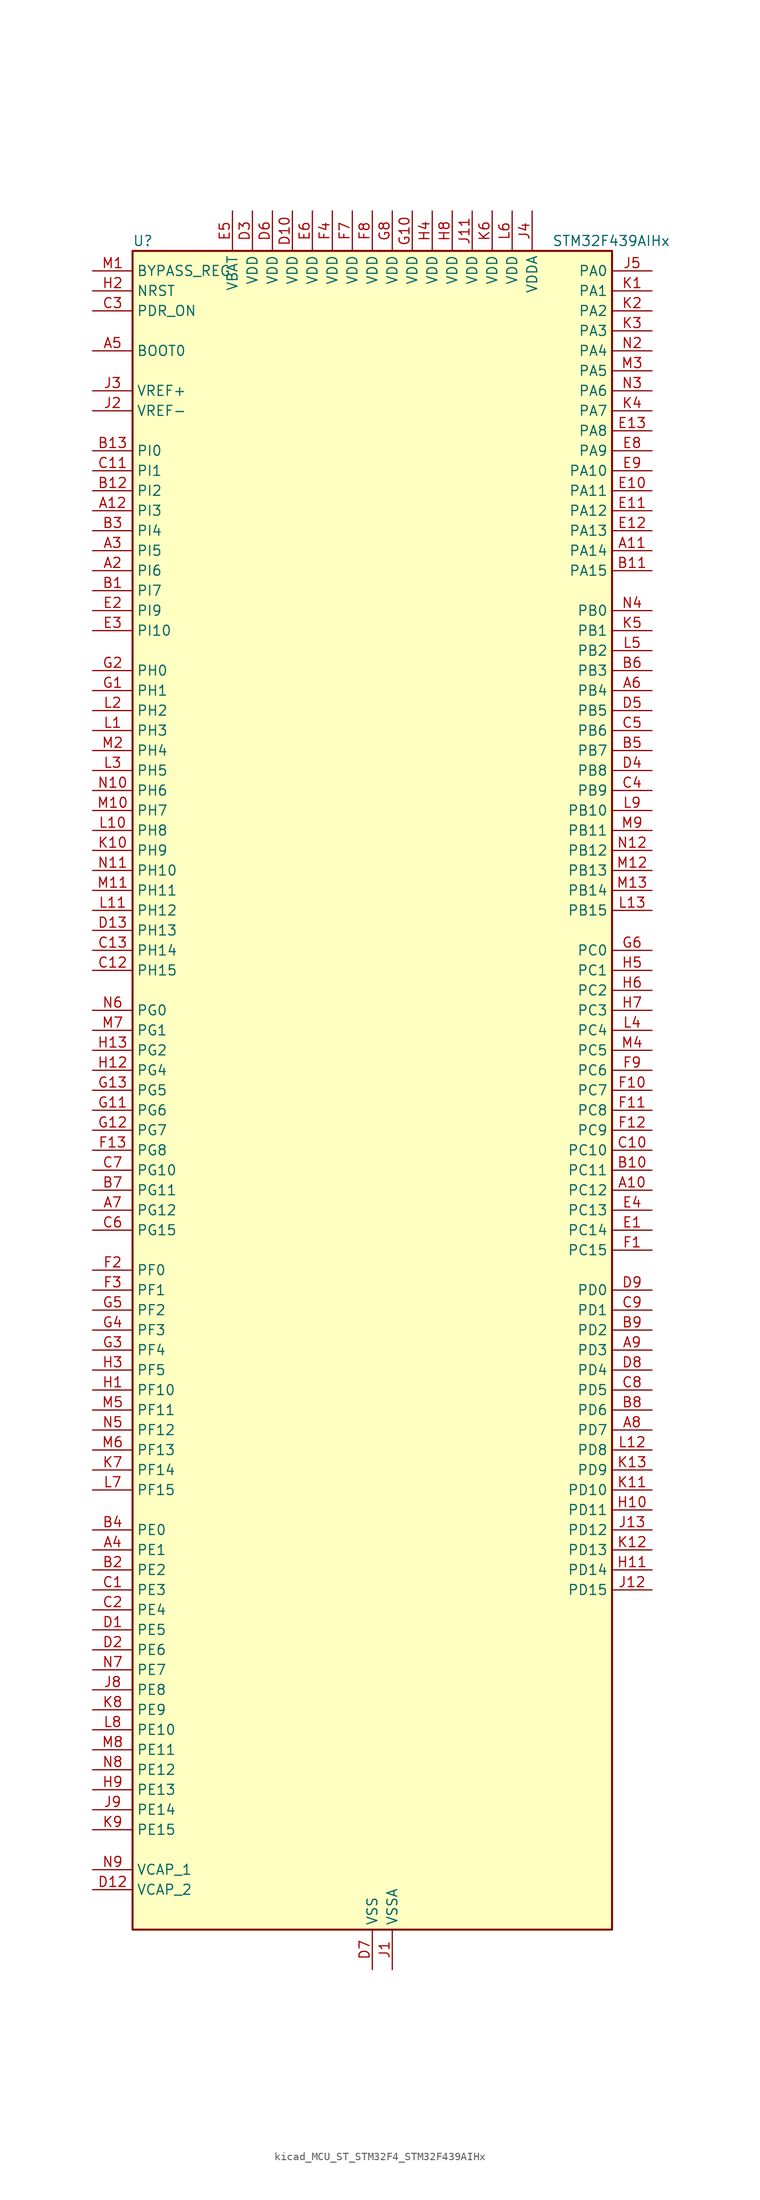
<source format=kicad_sym>
(kicad_symbol_lib
  (version 20220914)
  (generator kicad_symbol_editor)
  (symbol "kicad_MCU_ST_STM32F4_STM32F439AIHx"
    (property "Reference" "U"
      (at -30.48 107.95 0)
      (effects (font (size 1.27 1.27)) (justify left)))
    (property "Value" "STM32F439AIHx"
      (at 22.86 107.95 0)
      (effects (font (size 1.27 1.27)) (justify left)))
    (property "ki_locked" ""
      (at 0 0 0)
      (effects (font (size 1.27 1.27))))
    (symbol "kicad_MCU_ST_STM32F4_STM32F439AIHx_0_1"
      (rectangle (start -30.48 -106.68) (end 30.48 106.68) (stroke (width 0.254) (type default)) (fill (type background))))
    (symbol "kicad_MCU_ST_STM32F4_STM32F439AIHx_1_1"
      (pin no_connect line (at -30.48 -106.68 0) (length 5.08) hide (name "NC" (effects (font (size 1.27 1.27)))) (number "A1" (effects (font (size 1.27 1.27)))))
      (pin bidirectional line (at 35.56 -12.7 180) (length 5.08) (name "PC12" (effects (font (size 1.27 1.27)))) (number "A10" (effects (font (size 1.27 1.27)))) (alternate "DCMI_D9" bidirectional line) (alternate "I2S3_SD" bidirectional line) (alternate "SDIO_CK" bidirectional line) (alternate "SPI3_MOSI" bidirectional line) (alternate "UART5_TX" bidirectional line) (alternate "USART3_CK" bidirectional line))
      (pin bidirectional line (at 35.56 68.58 180) (length 5.08) (name "PA14" (effects (font (size 1.27 1.27)))) (number "A11" (effects (font (size 1.27 1.27)))) (alternate "SYS_JTCK-SWCLK" bidirectional line))
      (pin bidirectional line (at -35.56 73.66 0) (length 5.08) (name "PI3" (effects (font (size 1.27 1.27)))) (number "A12" (effects (font (size 1.27 1.27)))) (alternate "DCMI_D10" bidirectional line) (alternate "FMC_D27" bidirectional line) (alternate "I2S2_SD" bidirectional line) (alternate "SPI2_MOSI" bidirectional line) (alternate "TIM8_ETR" bidirectional line))
      (pin no_connect line (at -30.48 -104.14 0) (length 5.08) hide (name "NC" (effects (font (size 1.27 1.27)))) (number "A13" (effects (font (size 1.27 1.27)))))
      (pin bidirectional line (at -35.56 66.04 0) (length 5.08) (name "PI6" (effects (font (size 1.27 1.27)))) (number "A2" (effects (font (size 1.27 1.27)))) (alternate "DCMI_D6" bidirectional line) (alternate "FMC_D28" bidirectional line) (alternate "LTDC_B6" bidirectional line) (alternate "TIM8_CH2" bidirectional line))
      (pin bidirectional line (at -35.56 68.58 0) (length 5.08) (name "PI5" (effects (font (size 1.27 1.27)))) (number "A3" (effects (font (size 1.27 1.27)))) (alternate "DCMI_VSYNC" bidirectional line) (alternate "FMC_NBL3" bidirectional line) (alternate "LTDC_B5" bidirectional line) (alternate "TIM8_CH1" bidirectional line))
      (pin bidirectional line (at -35.56 -58.42 0) (length 5.08) (name "PE1" (effects (font (size 1.27 1.27)))) (number "A4" (effects (font (size 1.27 1.27)))) (alternate "DCMI_D3" bidirectional line) (alternate "FMC_NBL1" bidirectional line) (alternate "UART8_TX" bidirectional line))
      (pin input line (at -35.56 93.98 0) (length 5.08) (name "BOOT0" (effects (font (size 1.27 1.27)))) (number "A5" (effects (font (size 1.27 1.27)))))
      (pin bidirectional line (at 35.56 50.8 180) (length 5.08) (name "PB4" (effects (font (size 1.27 1.27)))) (number "A6" (effects (font (size 1.27 1.27)))) (alternate "I2S3_ext_SD" bidirectional line) (alternate "SPI1_MISO" bidirectional line) (alternate "SPI3_MISO" bidirectional line) (alternate "SYS_JTRST" bidirectional line) (alternate "TIM3_CH1" bidirectional line))
      (pin bidirectional line (at -35.56 -15.24 0) (length 5.08) (name "PG12" (effects (font (size 1.27 1.27)))) (number "A7" (effects (font (size 1.27 1.27)))) (alternate "FMC_NE4" bidirectional line) (alternate "LTDC_B1" bidirectional line) (alternate "LTDC_B4" bidirectional line) (alternate "USART6_RTS" bidirectional line))
      (pin bidirectional line (at 35.56 -43.18 180) (length 5.08) (name "PD7" (effects (font (size 1.27 1.27)))) (number "A8" (effects (font (size 1.27 1.27)))) (alternate "FMC_NCE2" bidirectional line) (alternate "FMC_NE1" bidirectional line) (alternate "USART2_CK" bidirectional line))
      (pin bidirectional line (at 35.56 -33.02 180) (length 5.08) (name "PD3" (effects (font (size 1.27 1.27)))) (number "A9" (effects (font (size 1.27 1.27)))) (alternate "DCMI_D5" bidirectional line) (alternate "FMC_CLK" bidirectional line) (alternate "I2S2_CK" bidirectional line) (alternate "LTDC_G7" bidirectional line) (alternate "SPI2_SCK" bidirectional line) (alternate "USART2_CTS" bidirectional line))
      (pin bidirectional line (at -35.56 63.5 0) (length 5.08) (name "PI7" (effects (font (size 1.27 1.27)))) (number "B1" (effects (font (size 1.27 1.27)))) (alternate "DCMI_D7" bidirectional line) (alternate "FMC_D29" bidirectional line) (alternate "LTDC_B7" bidirectional line) (alternate "TIM8_CH3" bidirectional line))
      (pin bidirectional line (at 35.56 -10.16 180) (length 5.08) (name "PC11" (effects (font (size 1.27 1.27)))) (number "B10" (effects (font (size 1.27 1.27)))) (alternate "ADC1_EXTI11" bidirectional line) (alternate "ADC2_EXTI11" bidirectional line) (alternate "ADC3_EXTI11" bidirectional line) (alternate "DCMI_D4" bidirectional line) (alternate "I2S3_ext_SD" bidirectional line) (alternate "SDIO_D3" bidirectional line) (alternate "SPI3_MISO" bidirectional line) (alternate "UART4_RX" bidirectional line) (alternate "USART3_RX" bidirectional line))
      (pin bidirectional line (at 35.56 66.04 180) (length 5.08) (name "PA15" (effects (font (size 1.27 1.27)))) (number "B11" (effects (font (size 1.27 1.27)))) (alternate "ADC1_EXTI15" bidirectional line) (alternate "ADC2_EXTI15" bidirectional line) (alternate "ADC3_EXTI15" bidirectional line) (alternate "I2S3_WS" bidirectional line) (alternate "SPI1_NSS" bidirectional line) (alternate "SPI3_NSS" bidirectional line) (alternate "SYS_JTDI" bidirectional line) (alternate "TIM2_CH1" bidirectional line) (alternate "TIM2_ETR" bidirectional line))
      (pin bidirectional line (at -35.56 76.2 0) (length 5.08) (name "PI2" (effects (font (size 1.27 1.27)))) (number "B12" (effects (font (size 1.27 1.27)))) (alternate "DCMI_D9" bidirectional line) (alternate "FMC_D26" bidirectional line) (alternate "I2S2_ext_SD" bidirectional line) (alternate "LTDC_G7" bidirectional line) (alternate "SPI2_MISO" bidirectional line) (alternate "TIM8_CH4" bidirectional line))
      (pin bidirectional line (at -35.56 81.28 0) (length 5.08) (name "PI0" (effects (font (size 1.27 1.27)))) (number "B13" (effects (font (size 1.27 1.27)))) (alternate "DCMI_D13" bidirectional line) (alternate "FMC_D24" bidirectional line) (alternate "I2S2_WS" bidirectional line) (alternate "LTDC_G5" bidirectional line) (alternate "SPI2_NSS" bidirectional line) (alternate "TIM5_CH4" bidirectional line))
      (pin bidirectional line (at -35.56 -60.96 0) (length 5.08) (name "PE2" (effects (font (size 1.27 1.27)))) (number "B2" (effects (font (size 1.27 1.27)))) (alternate "ETH_TXD3" bidirectional line) (alternate "FMC_A23" bidirectional line) (alternate "SAI1_MCLK_A" bidirectional line) (alternate "SPI4_SCK" bidirectional line) (alternate "SYS_TRACECLK" bidirectional line))
      (pin bidirectional line (at -35.56 71.12 0) (length 5.08) (name "PI4" (effects (font (size 1.27 1.27)))) (number "B3" (effects (font (size 1.27 1.27)))) (alternate "DCMI_D5" bidirectional line) (alternate "FMC_NBL2" bidirectional line) (alternate "LTDC_B4" bidirectional line) (alternate "TIM8_BKIN" bidirectional line))
      (pin bidirectional line (at -35.56 -55.88 0) (length 5.08) (name "PE0" (effects (font (size 1.27 1.27)))) (number "B4" (effects (font (size 1.27 1.27)))) (alternate "DCMI_D2" bidirectional line) (alternate "FMC_NBL0" bidirectional line) (alternate "TIM4_ETR" bidirectional line) (alternate "UART8_RX" bidirectional line))
      (pin bidirectional line (at 35.56 43.18 180) (length 5.08) (name "PB7" (effects (font (size 1.27 1.27)))) (number "B5" (effects (font (size 1.27 1.27)))) (alternate "DCMI_VSYNC" bidirectional line) (alternate "FMC_NL" bidirectional line) (alternate "I2C1_SDA" bidirectional line) (alternate "TIM4_CH2" bidirectional line) (alternate "USART1_RX" bidirectional line))
      (pin bidirectional line (at 35.56 53.34 180) (length 5.08) (name "PB3" (effects (font (size 1.27 1.27)))) (number "B6" (effects (font (size 1.27 1.27)))) (alternate "I2S3_CK" bidirectional line) (alternate "SPI1_SCK" bidirectional line) (alternate "SPI3_SCK" bidirectional line) (alternate "SYS_JTDO-SWO" bidirectional line) (alternate "TIM2_CH2" bidirectional line))
      (pin bidirectional line (at -35.56 -12.7 0) (length 5.08) (name "PG11" (effects (font (size 1.27 1.27)))) (number "B7" (effects (font (size 1.27 1.27)))) (alternate "ADC1_EXTI11" bidirectional line) (alternate "ADC2_EXTI11" bidirectional line) (alternate "ADC3_EXTI11" bidirectional line) (alternate "DCMI_D3" bidirectional line) (alternate "ETH_TX_EN" bidirectional line) (alternate "LTDC_B3" bidirectional line))
      (pin bidirectional line (at 35.56 -40.64 180) (length 5.08) (name "PD6" (effects (font (size 1.27 1.27)))) (number "B8" (effects (font (size 1.27 1.27)))) (alternate "DCMI_D10" bidirectional line) (alternate "FMC_NWAIT" bidirectional line) (alternate "I2S3_SD" bidirectional line) (alternate "LTDC_B2" bidirectional line) (alternate "SAI1_SD_A" bidirectional line) (alternate "SPI3_MOSI" bidirectional line) (alternate "USART2_RX" bidirectional line))
      (pin bidirectional line (at 35.56 -30.48 180) (length 5.08) (name "PD2" (effects (font (size 1.27 1.27)))) (number "B9" (effects (font (size 1.27 1.27)))) (alternate "DCMI_D11" bidirectional line) (alternate "SDIO_CMD" bidirectional line) (alternate "TIM3_ETR" bidirectional line) (alternate "UART5_RX" bidirectional line))
      (pin bidirectional line (at -35.56 -63.5 0) (length 5.08) (name "PE3" (effects (font (size 1.27 1.27)))) (number "C1" (effects (font (size 1.27 1.27)))) (alternate "FMC_A19" bidirectional line) (alternate "SAI1_SD_B" bidirectional line) (alternate "SYS_TRACED0" bidirectional line))
      (pin bidirectional line (at 35.56 -7.62 180) (length 5.08) (name "PC10" (effects (font (size 1.27 1.27)))) (number "C10" (effects (font (size 1.27 1.27)))) (alternate "DCMI_D8" bidirectional line) (alternate "I2S3_CK" bidirectional line) (alternate "LTDC_R2" bidirectional line) (alternate "SDIO_D2" bidirectional line) (alternate "SPI3_SCK" bidirectional line) (alternate "UART4_TX" bidirectional line) (alternate "USART3_TX" bidirectional line))
      (pin bidirectional line (at -35.56 78.74 0) (length 5.08) (name "PI1" (effects (font (size 1.27 1.27)))) (number "C11" (effects (font (size 1.27 1.27)))) (alternate "DCMI_D8" bidirectional line) (alternate "FMC_D25" bidirectional line) (alternate "I2S2_CK" bidirectional line) (alternate "LTDC_G6" bidirectional line) (alternate "SPI2_SCK" bidirectional line))
      (pin bidirectional line (at -35.56 15.24 0) (length 5.08) (name "PH15" (effects (font (size 1.27 1.27)))) (number "C12" (effects (font (size 1.27 1.27)))) (alternate "ADC1_EXTI15" bidirectional line) (alternate "ADC2_EXTI15" bidirectional line) (alternate "ADC3_EXTI15" bidirectional line) (alternate "DCMI_D11" bidirectional line) (alternate "FMC_D23" bidirectional line) (alternate "LTDC_G4" bidirectional line) (alternate "TIM8_CH3N" bidirectional line))
      (pin bidirectional line (at -35.56 17.78 0) (length 5.08) (name "PH14" (effects (font (size 1.27 1.27)))) (number "C13" (effects (font (size 1.27 1.27)))) (alternate "DCMI_D4" bidirectional line) (alternate "FMC_D22" bidirectional line) (alternate "LTDC_G3" bidirectional line) (alternate "TIM8_CH2N" bidirectional line))
      (pin bidirectional line (at -35.56 -66.04 0) (length 5.08) (name "PE4" (effects (font (size 1.27 1.27)))) (number "C2" (effects (font (size 1.27 1.27)))) (alternate "DCMI_D4" bidirectional line) (alternate "FMC_A20" bidirectional line) (alternate "LTDC_B0" bidirectional line) (alternate "SAI1_FS_A" bidirectional line) (alternate "SPI4_NSS" bidirectional line) (alternate "SYS_TRACED1" bidirectional line))
      (pin input line (at -35.56 99.06 0) (length 5.08) (name "PDR_ON" (effects (font (size 1.27 1.27)))) (number "C3" (effects (font (size 1.27 1.27)))))
      (pin bidirectional line (at 35.56 38.1 180) (length 5.08) (name "PB9" (effects (font (size 1.27 1.27)))) (number "C4" (effects (font (size 1.27 1.27)))) (alternate "CAN1_TX" bidirectional line) (alternate "DAC_EXTI9" bidirectional line) (alternate "DCMI_D7" bidirectional line) (alternate "I2C1_SDA" bidirectional line) (alternate "I2S2_WS" bidirectional line) (alternate "LTDC_B7" bidirectional line) (alternate "SDIO_D5" bidirectional line) (alternate "SPI2_NSS" bidirectional line) (alternate "TIM11_CH1" bidirectional line) (alternate "TIM4_CH4" bidirectional line))
      (pin bidirectional line (at 35.56 45.72 180) (length 5.08) (name "PB6" (effects (font (size 1.27 1.27)))) (number "C5" (effects (font (size 1.27 1.27)))) (alternate "CAN2_TX" bidirectional line) (alternate "DCMI_D5" bidirectional line) (alternate "FMC_SDNE1" bidirectional line) (alternate "I2C1_SCL" bidirectional line) (alternate "TIM4_CH1" bidirectional line) (alternate "USART1_TX" bidirectional line))
      (pin bidirectional line (at -35.56 -17.78 0) (length 5.08) (name "PG15" (effects (font (size 1.27 1.27)))) (number "C6" (effects (font (size 1.27 1.27)))) (alternate "ADC1_EXTI15" bidirectional line) (alternate "ADC2_EXTI15" bidirectional line) (alternate "ADC3_EXTI15" bidirectional line) (alternate "DCMI_D13" bidirectional line) (alternate "FMC_SDNCAS" bidirectional line) (alternate "USART6_CTS" bidirectional line))
      (pin bidirectional line (at -35.56 -10.16 0) (length 5.08) (name "PG10" (effects (font (size 1.27 1.27)))) (number "C7" (effects (font (size 1.27 1.27)))) (alternate "DCMI_D2" bidirectional line) (alternate "FMC_NE3" bidirectional line) (alternate "LTDC_B2" bidirectional line) (alternate "LTDC_G3" bidirectional line))
      (pin bidirectional line (at 35.56 -38.1 180) (length 5.08) (name "PD5" (effects (font (size 1.27 1.27)))) (number "C8" (effects (font (size 1.27 1.27)))) (alternate "FMC_NWE" bidirectional line) (alternate "USART2_TX" bidirectional line))
      (pin bidirectional line (at 35.56 -27.94 180) (length 5.08) (name "PD1" (effects (font (size 1.27 1.27)))) (number "C9" (effects (font (size 1.27 1.27)))) (alternate "CAN1_TX" bidirectional line) (alternate "FMC_D3" bidirectional line) (alternate "FMC_DA3" bidirectional line))
      (pin bidirectional line (at -35.56 -68.58 0) (length 5.08) (name "PE5" (effects (font (size 1.27 1.27)))) (number "D1" (effects (font (size 1.27 1.27)))) (alternate "DCMI_D6" bidirectional line) (alternate "FMC_A21" bidirectional line) (alternate "LTDC_G0" bidirectional line) (alternate "SAI1_SCK_A" bidirectional line) (alternate "SPI4_MISO" bidirectional line) (alternate "SYS_TRACED2" bidirectional line) (alternate "TIM9_CH1" bidirectional line))
      (pin power_in line (at -10.16 111.76 270) (length 5.08) (name "VDD" (effects (font (size 1.27 1.27)))) (number "D10" (effects (font (size 1.27 1.27)))))
      (pin passive line (at 0 -111.76 90) (length 5.08) hide (name "VSS" (effects (font (size 1.27 1.27)))) (number "D11" (effects (font (size 1.27 1.27)))))
      (pin power_out line (at -35.56 -101.6 0) (length 5.08) (name "VCAP_2" (effects (font (size 1.27 1.27)))) (number "D12" (effects (font (size 1.27 1.27)))))
      (pin bidirectional line (at -35.56 20.32 0) (length 5.08) (name "PH13" (effects (font (size 1.27 1.27)))) (number "D13" (effects (font (size 1.27 1.27)))) (alternate "CAN1_TX" bidirectional line) (alternate "FMC_D21" bidirectional line) (alternate "LTDC_G2" bidirectional line) (alternate "TIM8_CH1N" bidirectional line))
      (pin bidirectional line (at -35.56 -71.12 0) (length 5.08) (name "PE6" (effects (font (size 1.27 1.27)))) (number "D2" (effects (font (size 1.27 1.27)))) (alternate "DCMI_D7" bidirectional line) (alternate "FMC_A22" bidirectional line) (alternate "LTDC_G1" bidirectional line) (alternate "SAI1_SD_A" bidirectional line) (alternate "SPI4_MOSI" bidirectional line) (alternate "SYS_TRACED3" bidirectional line) (alternate "TIM9_CH2" bidirectional line))
      (pin power_in line (at -15.24 111.76 270) (length 5.08) (name "VDD" (effects (font (size 1.27 1.27)))) (number "D3" (effects (font (size 1.27 1.27)))))
      (pin bidirectional line (at 35.56 40.64 180) (length 5.08) (name "PB8" (effects (font (size 1.27 1.27)))) (number "D4" (effects (font (size 1.27 1.27)))) (alternate "CAN1_RX" bidirectional line) (alternate "DCMI_D6" bidirectional line) (alternate "ETH_TXD3" bidirectional line) (alternate "I2C1_SCL" bidirectional line) (alternate "LTDC_B6" bidirectional line) (alternate "SDIO_D4" bidirectional line) (alternate "TIM10_CH1" bidirectional line) (alternate "TIM4_CH3" bidirectional line))
      (pin bidirectional line (at 35.56 48.26 180) (length 5.08) (name "PB5" (effects (font (size 1.27 1.27)))) (number "D5" (effects (font (size 1.27 1.27)))) (alternate "CAN2_RX" bidirectional line) (alternate "DCMI_D10" bidirectional line) (alternate "ETH_PPS_OUT" bidirectional line) (alternate "FMC_SDCKE1" bidirectional line) (alternate "I2C1_SMBA" bidirectional line) (alternate "I2S3_SD" bidirectional line) (alternate "SPI1_MOSI" bidirectional line) (alternate "SPI3_MOSI" bidirectional line) (alternate "TIM3_CH2" bidirectional line) (alternate "USB_OTG_HS_ULPI_D7" bidirectional line))
      (pin power_in line (at -12.7 111.76 270) (length 5.08) (name "VDD" (effects (font (size 1.27 1.27)))) (number "D6" (effects (font (size 1.27 1.27)))))
      (pin power_in line (at 0 -111.76 90) (length 5.08) (name "VSS" (effects (font (size 1.27 1.27)))) (number "D7" (effects (font (size 1.27 1.27)))))
      (pin bidirectional line (at 35.56 -35.56 180) (length 5.08) (name "PD4" (effects (font (size 1.27 1.27)))) (number "D8" (effects (font (size 1.27 1.27)))) (alternate "FMC_NOE" bidirectional line) (alternate "USART2_RTS" bidirectional line))
      (pin bidirectional line (at 35.56 -25.4 180) (length 5.08) (name "PD0" (effects (font (size 1.27 1.27)))) (number "D9" (effects (font (size 1.27 1.27)))) (alternate "CAN1_RX" bidirectional line) (alternate "FMC_D2" bidirectional line) (alternate "FMC_DA2" bidirectional line))
      (pin bidirectional line (at 35.56 -17.78 180) (length 5.08) (name "PC14" (effects (font (size 1.27 1.27)))) (number "E1" (effects (font (size 1.27 1.27)))) (alternate "RCC_OSC32_IN" bidirectional line))
      (pin bidirectional line (at 35.56 76.2 180) (length 5.08) (name "PA11" (effects (font (size 1.27 1.27)))) (number "E10" (effects (font (size 1.27 1.27)))) (alternate "ADC1_EXTI11" bidirectional line) (alternate "ADC2_EXTI11" bidirectional line) (alternate "ADC3_EXTI11" bidirectional line) (alternate "CAN1_RX" bidirectional line) (alternate "LTDC_R4" bidirectional line) (alternate "TIM1_CH4" bidirectional line) (alternate "USART1_CTS" bidirectional line) (alternate "USB_OTG_FS_DM" bidirectional line))
      (pin bidirectional line (at 35.56 73.66 180) (length 5.08) (name "PA12" (effects (font (size 1.27 1.27)))) (number "E11" (effects (font (size 1.27 1.27)))) (alternate "CAN1_TX" bidirectional line) (alternate "LTDC_R5" bidirectional line) (alternate "TIM1_ETR" bidirectional line) (alternate "USART1_RTS" bidirectional line) (alternate "USB_OTG_FS_DP" bidirectional line))
      (pin bidirectional line (at 35.56 71.12 180) (length 5.08) (name "PA13" (effects (font (size 1.27 1.27)))) (number "E12" (effects (font (size 1.27 1.27)))) (alternate "SYS_JTMS-SWDIO" bidirectional line))
      (pin bidirectional line (at 35.56 83.82 180) (length 5.08) (name "PA8" (effects (font (size 1.27 1.27)))) (number "E13" (effects (font (size 1.27 1.27)))) (alternate "I2C3_SCL" bidirectional line) (alternate "LTDC_R6" bidirectional line) (alternate "RCC_MCO_1" bidirectional line) (alternate "TIM1_CH1" bidirectional line) (alternate "USART1_CK" bidirectional line) (alternate "USB_OTG_FS_SOF" bidirectional line))
      (pin bidirectional line (at -35.56 60.96 0) (length 5.08) (name "PI9" (effects (font (size 1.27 1.27)))) (number "E2" (effects (font (size 1.27 1.27)))) (alternate "CAN1_RX" bidirectional line) (alternate "DAC_EXTI9" bidirectional line) (alternate "FMC_D30" bidirectional line) (alternate "LTDC_VSYNC" bidirectional line))
      (pin bidirectional line (at -35.56 58.42 0) (length 5.08) (name "PI10" (effects (font (size 1.27 1.27)))) (number "E3" (effects (font (size 1.27 1.27)))) (alternate "ETH_RX_ER" bidirectional line) (alternate "FMC_D31" bidirectional line) (alternate "LTDC_HSYNC" bidirectional line))
      (pin bidirectional line (at 35.56 -15.24 180) (length 5.08) (name "PC13" (effects (font (size 1.27 1.27)))) (number "E4" (effects (font (size 1.27 1.27)))) (alternate "RTC_AF1" bidirectional line))
      (pin power_in line (at -17.78 111.76 270) (length 5.08) (name "VBAT" (effects (font (size 1.27 1.27)))) (number "E5" (effects (font (size 1.27 1.27)))))
      (pin power_in line (at -7.62 111.76 270) (length 5.08) (name "VDD" (effects (font (size 1.27 1.27)))) (number "E6" (effects (font (size 1.27 1.27)))))
      (pin passive line (at 0 -111.76 90) (length 5.08) hide (name "VSS" (effects (font (size 1.27 1.27)))) (number "E7" (effects (font (size 1.27 1.27)))))
      (pin bidirectional line (at 35.56 81.28 180) (length 5.08) (name "PA9" (effects (font (size 1.27 1.27)))) (number "E8" (effects (font (size 1.27 1.27)))) (alternate "DAC_EXTI9" bidirectional line) (alternate "DCMI_D0" bidirectional line) (alternate "I2C3_SMBA" bidirectional line) (alternate "TIM1_CH2" bidirectional line) (alternate "USART1_TX" bidirectional line) (alternate "USB_OTG_FS_VBUS" bidirectional line))
      (pin bidirectional line (at 35.56 78.74 180) (length 5.08) (name "PA10" (effects (font (size 1.27 1.27)))) (number "E9" (effects (font (size 1.27 1.27)))) (alternate "DCMI_D1" bidirectional line) (alternate "TIM1_CH3" bidirectional line) (alternate "USART1_RX" bidirectional line) (alternate "USB_OTG_FS_ID" bidirectional line))
      (pin bidirectional line (at 35.56 -20.32 180) (length 5.08) (name "PC15" (effects (font (size 1.27 1.27)))) (number "F1" (effects (font (size 1.27 1.27)))) (alternate "ADC1_EXTI15" bidirectional line) (alternate "ADC2_EXTI15" bidirectional line) (alternate "ADC3_EXTI15" bidirectional line) (alternate "RCC_OSC32_OUT" bidirectional line))
      (pin bidirectional line (at 35.56 0 180) (length 5.08) (name "PC7" (effects (font (size 1.27 1.27)))) (number "F10" (effects (font (size 1.27 1.27)))) (alternate "DCMI_D1" bidirectional line) (alternate "I2S3_MCK" bidirectional line) (alternate "LTDC_G6" bidirectional line) (alternate "SDIO_D7" bidirectional line) (alternate "TIM3_CH2" bidirectional line) (alternate "TIM8_CH2" bidirectional line) (alternate "USART6_RX" bidirectional line))
      (pin bidirectional line (at 35.56 -2.54 180) (length 5.08) (name "PC8" (effects (font (size 1.27 1.27)))) (number "F11" (effects (font (size 1.27 1.27)))) (alternate "DCMI_D2" bidirectional line) (alternate "SDIO_D0" bidirectional line) (alternate "TIM3_CH3" bidirectional line) (alternate "TIM8_CH3" bidirectional line) (alternate "USART6_CK" bidirectional line))
      (pin bidirectional line (at 35.56 -5.08 180) (length 5.08) (name "PC9" (effects (font (size 1.27 1.27)))) (number "F12" (effects (font (size 1.27 1.27)))) (alternate "DAC_EXTI9" bidirectional line) (alternate "DCMI_D3" bidirectional line) (alternate "I2C3_SDA" bidirectional line) (alternate "I2S_CKIN" bidirectional line) (alternate "RCC_MCO_2" bidirectional line) (alternate "SDIO_D1" bidirectional line) (alternate "TIM3_CH4" bidirectional line) (alternate "TIM8_CH4" bidirectional line))
      (pin bidirectional line (at -35.56 -7.62 0) (length 5.08) (name "PG8" (effects (font (size 1.27 1.27)))) (number "F13" (effects (font (size 1.27 1.27)))) (alternate "ETH_PPS_OUT" bidirectional line) (alternate "FMC_SDCLK" bidirectional line) (alternate "USART6_RTS" bidirectional line))
      (pin bidirectional line (at -35.56 -22.86 0) (length 5.08) (name "PF0" (effects (font (size 1.27 1.27)))) (number "F2" (effects (font (size 1.27 1.27)))) (alternate "FMC_A0" bidirectional line) (alternate "I2C2_SDA" bidirectional line))
      (pin bidirectional line (at -35.56 -25.4 0) (length 5.08) (name "PF1" (effects (font (size 1.27 1.27)))) (number "F3" (effects (font (size 1.27 1.27)))) (alternate "FMC_A1" bidirectional line) (alternate "I2C2_SCL" bidirectional line))
      (pin power_in line (at -5.08 111.76 270) (length 5.08) (name "VDD" (effects (font (size 1.27 1.27)))) (number "F4" (effects (font (size 1.27 1.27)))))
      (pin passive line (at 0 -111.76 90) (length 5.08) hide (name "VSS" (effects (font (size 1.27 1.27)))) (number "F5" (effects (font (size 1.27 1.27)))))
      (pin passive line (at 0 -111.76 90) (length 5.08) hide (name "VSS" (effects (font (size 1.27 1.27)))) (number "F6" (effects (font (size 1.27 1.27)))))
      (pin power_in line (at -2.54 111.76 270) (length 5.08) (name "VDD" (effects (font (size 1.27 1.27)))) (number "F7" (effects (font (size 1.27 1.27)))))
      (pin power_in line (at 0 111.76 270) (length 5.08) (name "VDD" (effects (font (size 1.27 1.27)))) (number "F8" (effects (font (size 1.27 1.27)))))
      (pin bidirectional line (at 35.56 2.54 180) (length 5.08) (name "PC6" (effects (font (size 1.27 1.27)))) (number "F9" (effects (font (size 1.27 1.27)))) (alternate "DCMI_D0" bidirectional line) (alternate "I2S2_MCK" bidirectional line) (alternate "LTDC_HSYNC" bidirectional line) (alternate "SDIO_D6" bidirectional line) (alternate "TIM3_CH1" bidirectional line) (alternate "TIM8_CH1" bidirectional line) (alternate "USART6_TX" bidirectional line))
      (pin bidirectional line (at -35.56 50.8 0) (length 5.08) (name "PH1" (effects (font (size 1.27 1.27)))) (number "G1" (effects (font (size 1.27 1.27)))) (alternate "RCC_OSC_OUT" bidirectional line))
      (pin power_in line (at 5.08 111.76 270) (length 5.08) (name "VDD" (effects (font (size 1.27 1.27)))) (number "G10" (effects (font (size 1.27 1.27)))))
      (pin bidirectional line (at -35.56 -2.54 0) (length 5.08) (name "PG6" (effects (font (size 1.27 1.27)))) (number "G11" (effects (font (size 1.27 1.27)))) (alternate "DCMI_D12" bidirectional line) (alternate "FMC_INT2" bidirectional line) (alternate "LTDC_R7" bidirectional line))
      (pin bidirectional line (at -35.56 -5.08 0) (length 5.08) (name "PG7" (effects (font (size 1.27 1.27)))) (number "G12" (effects (font (size 1.27 1.27)))) (alternate "DCMI_D13" bidirectional line) (alternate "LTDC_CLK" bidirectional line) (alternate "USART6_CK" bidirectional line))
      (pin bidirectional line (at -35.56 0 0) (length 5.08) (name "PG5" (effects (font (size 1.27 1.27)))) (number "G13" (effects (font (size 1.27 1.27)))) (alternate "FMC_A15" bidirectional line) (alternate "FMC_BA1" bidirectional line))
      (pin bidirectional line (at -35.56 53.34 0) (length 5.08) (name "PH0" (effects (font (size 1.27 1.27)))) (number "G2" (effects (font (size 1.27 1.27)))) (alternate "RCC_OSC_IN" bidirectional line))
      (pin bidirectional line (at -35.56 -33.02 0) (length 5.08) (name "PF4" (effects (font (size 1.27 1.27)))) (number "G3" (effects (font (size 1.27 1.27)))) (alternate "ADC3_IN14" bidirectional line) (alternate "FMC_A4" bidirectional line))
      (pin bidirectional line (at -35.56 -30.48 0) (length 5.08) (name "PF3" (effects (font (size 1.27 1.27)))) (number "G4" (effects (font (size 1.27 1.27)))) (alternate "ADC3_IN9" bidirectional line) (alternate "FMC_A3" bidirectional line))
      (pin bidirectional line (at -35.56 -27.94 0) (length 5.08) (name "PF2" (effects (font (size 1.27 1.27)))) (number "G5" (effects (font (size 1.27 1.27)))) (alternate "FMC_A2" bidirectional line) (alternate "I2C2_SMBA" bidirectional line))
      (pin bidirectional line (at 35.56 17.78 180) (length 5.08) (name "PC0" (effects (font (size 1.27 1.27)))) (number "G6" (effects (font (size 1.27 1.27)))) (alternate "ADC1_IN10" bidirectional line) (alternate "ADC2_IN10" bidirectional line) (alternate "ADC3_IN10" bidirectional line) (alternate "FMC_SDNWE" bidirectional line) (alternate "USB_OTG_HS_ULPI_STP" bidirectional line))
      (pin passive line (at 0 -111.76 90) (length 5.08) hide (name "VSS" (effects (font (size 1.27 1.27)))) (number "G7" (effects (font (size 1.27 1.27)))))
      (pin power_in line (at 2.54 111.76 270) (length 5.08) (name "VDD" (effects (font (size 1.27 1.27)))) (number "G8" (effects (font (size 1.27 1.27)))))
      (pin passive line (at 0 -111.76 90) (length 5.08) hide (name "VSS" (effects (font (size 1.27 1.27)))) (number "G9" (effects (font (size 1.27 1.27)))))
      (pin bidirectional line (at -35.56 -38.1 0) (length 5.08) (name "PF10" (effects (font (size 1.27 1.27)))) (number "H1" (effects (font (size 1.27 1.27)))) (alternate "ADC3_IN8" bidirectional line) (alternate "DCMI_D11" bidirectional line) (alternate "LTDC_DE" bidirectional line))
      (pin bidirectional line (at 35.56 -53.34 180) (length 5.08) (name "PD11" (effects (font (size 1.27 1.27)))) (number "H10" (effects (font (size 1.27 1.27)))) (alternate "ADC1_EXTI11" bidirectional line) (alternate "ADC2_EXTI11" bidirectional line) (alternate "ADC3_EXTI11" bidirectional line) (alternate "FMC_A16" bidirectional line) (alternate "FMC_CLE" bidirectional line) (alternate "USART3_CTS" bidirectional line))
      (pin bidirectional line (at 35.56 -60.96 180) (length 5.08) (name "PD14" (effects (font (size 1.27 1.27)))) (number "H11" (effects (font (size 1.27 1.27)))) (alternate "FMC_D0" bidirectional line) (alternate "FMC_DA0" bidirectional line) (alternate "TIM4_CH3" bidirectional line))
      (pin bidirectional line (at -35.56 2.54 0) (length 5.08) (name "PG4" (effects (font (size 1.27 1.27)))) (number "H12" (effects (font (size 1.27 1.27)))) (alternate "FMC_A14" bidirectional line) (alternate "FMC_BA0" bidirectional line))
      (pin bidirectional line (at -35.56 5.08 0) (length 5.08) (name "PG2" (effects (font (size 1.27 1.27)))) (number "H13" (effects (font (size 1.27 1.27)))) (alternate "FMC_A12" bidirectional line))
      (pin input line (at -35.56 101.6 0) (length 5.08) (name "NRST" (effects (font (size 1.27 1.27)))) (number "H2" (effects (font (size 1.27 1.27)))))
      (pin bidirectional line (at -35.56 -35.56 0) (length 5.08) (name "PF5" (effects (font (size 1.27 1.27)))) (number "H3" (effects (font (size 1.27 1.27)))) (alternate "ADC3_IN15" bidirectional line) (alternate "FMC_A5" bidirectional line))
      (pin power_in line (at 7.62 111.76 270) (length 5.08) (name "VDD" (effects (font (size 1.27 1.27)))) (number "H4" (effects (font (size 1.27 1.27)))))
      (pin bidirectional line (at 35.56 15.24 180) (length 5.08) (name "PC1" (effects (font (size 1.27 1.27)))) (number "H5" (effects (font (size 1.27 1.27)))) (alternate "ADC1_IN11" bidirectional line) (alternate "ADC2_IN11" bidirectional line) (alternate "ADC3_IN11" bidirectional line) (alternate "ETH_MDC" bidirectional line))
      (pin bidirectional line (at 35.56 12.7 180) (length 5.08) (name "PC2" (effects (font (size 1.27 1.27)))) (number "H6" (effects (font (size 1.27 1.27)))) (alternate "ADC1_IN12" bidirectional line) (alternate "ADC2_IN12" bidirectional line) (alternate "ADC3_IN12" bidirectional line) (alternate "ETH_TXD2" bidirectional line) (alternate "FMC_SDNE0" bidirectional line) (alternate "I2S2_ext_SD" bidirectional line) (alternate "SPI2_MISO" bidirectional line) (alternate "USB_OTG_HS_ULPI_DIR" bidirectional line))
      (pin bidirectional line (at 35.56 10.16 180) (length 5.08) (name "PC3" (effects (font (size 1.27 1.27)))) (number "H7" (effects (font (size 1.27 1.27)))) (alternate "ADC1_IN13" bidirectional line) (alternate "ADC2_IN13" bidirectional line) (alternate "ADC3_IN13" bidirectional line) (alternate "ETH_TX_CLK" bidirectional line) (alternate "FMC_SDCKE0" bidirectional line) (alternate "I2S2_SD" bidirectional line) (alternate "SPI2_MOSI" bidirectional line) (alternate "USB_OTG_HS_ULPI_NXT" bidirectional line))
      (pin power_in line (at 10.16 111.76 270) (length 5.08) (name "VDD" (effects (font (size 1.27 1.27)))) (number "H8" (effects (font (size 1.27 1.27)))))
      (pin bidirectional line (at -35.56 -88.9 0) (length 5.08) (name "PE13" (effects (font (size 1.27 1.27)))) (number "H9" (effects (font (size 1.27 1.27)))) (alternate "FMC_D10" bidirectional line) (alternate "FMC_DA10" bidirectional line) (alternate "LTDC_DE" bidirectional line) (alternate "SPI4_MISO" bidirectional line) (alternate "TIM1_CH3" bidirectional line))
      (pin power_in line (at 2.54 -111.76 90) (length 5.08) (name "VSSA" (effects (font (size 1.27 1.27)))) (number "J1" (effects (font (size 1.27 1.27)))))
      (pin passive line (at 0 -111.76 90) (length 5.08) hide (name "VSS" (effects (font (size 1.27 1.27)))) (number "J10" (effects (font (size 1.27 1.27)))))
      (pin power_in line (at 12.7 111.76 270) (length 5.08) (name "VDD" (effects (font (size 1.27 1.27)))) (number "J11" (effects (font (size 1.27 1.27)))))
      (pin bidirectional line (at 35.56 -63.5 180) (length 5.08) (name "PD15" (effects (font (size 1.27 1.27)))) (number "J12" (effects (font (size 1.27 1.27)))) (alternate "ADC1_EXTI15" bidirectional line) (alternate "ADC2_EXTI15" bidirectional line) (alternate "ADC3_EXTI15" bidirectional line) (alternate "FMC_D1" bidirectional line) (alternate "FMC_DA1" bidirectional line) (alternate "TIM4_CH4" bidirectional line))
      (pin bidirectional line (at 35.56 -55.88 180) (length 5.08) (name "PD12" (effects (font (size 1.27 1.27)))) (number "J13" (effects (font (size 1.27 1.27)))) (alternate "FMC_A17" bidirectional line) (alternate "FMC_ALE" bidirectional line) (alternate "TIM4_CH1" bidirectional line) (alternate "USART3_RTS" bidirectional line))
      (pin input line (at -35.56 86.36 0) (length 5.08) (name "VREF-" (effects (font (size 1.27 1.27)))) (number "J2" (effects (font (size 1.27 1.27)))))
      (pin input line (at -35.56 88.9 0) (length 5.08) (name "VREF+" (effects (font (size 1.27 1.27)))) (number "J3" (effects (font (size 1.27 1.27)))))
      (pin power_in line (at 20.32 111.76 270) (length 5.08) (name "VDDA" (effects (font (size 1.27 1.27)))) (number "J4" (effects (font (size 1.27 1.27)))))
      (pin bidirectional line (at 35.56 104.14 180) (length 5.08) (name "PA0" (effects (font (size 1.27 1.27)))) (number "J5" (effects (font (size 1.27 1.27)))) (alternate "ADC1_IN0" bidirectional line) (alternate "ADC2_IN0" bidirectional line) (alternate "ADC3_IN0" bidirectional line) (alternate "ETH_CRS" bidirectional line) (alternate "SYS_WKUP" bidirectional line) (alternate "TIM2_CH1" bidirectional line) (alternate "TIM2_ETR" bidirectional line) (alternate "TIM5_CH1" bidirectional line) (alternate "TIM8_ETR" bidirectional line) (alternate "UART4_TX" bidirectional line) (alternate "USART2_CTS" bidirectional line))
      (pin passive line (at 0 -111.76 90) (length 5.08) hide (name "VSS" (effects (font (size 1.27 1.27)))) (number "J6" (effects (font (size 1.27 1.27)))))
      (pin passive line (at 0 -111.76 90) (length 5.08) hide (name "VSS" (effects (font (size 1.27 1.27)))) (number "J7" (effects (font (size 1.27 1.27)))))
      (pin bidirectional line (at -35.56 -76.2 0) (length 5.08) (name "PE8" (effects (font (size 1.27 1.27)))) (number "J8" (effects (font (size 1.27 1.27)))) (alternate "FMC_D5" bidirectional line) (alternate "FMC_DA5" bidirectional line) (alternate "TIM1_CH1N" bidirectional line) (alternate "UART7_TX" bidirectional line))
      (pin bidirectional line (at -35.56 -91.44 0) (length 5.08) (name "PE14" (effects (font (size 1.27 1.27)))) (number "J9" (effects (font (size 1.27 1.27)))) (alternate "FMC_D11" bidirectional line) (alternate "FMC_DA11" bidirectional line) (alternate "LTDC_CLK" bidirectional line) (alternate "SPI4_MOSI" bidirectional line) (alternate "TIM1_CH4" bidirectional line))
      (pin bidirectional line (at 35.56 101.6 180) (length 5.08) (name "PA1" (effects (font (size 1.27 1.27)))) (number "K1" (effects (font (size 1.27 1.27)))) (alternate "ADC1_IN1" bidirectional line) (alternate "ADC2_IN1" bidirectional line) (alternate "ADC3_IN1" bidirectional line) (alternate "ETH_REF_CLK" bidirectional line) (alternate "ETH_RX_CLK" bidirectional line) (alternate "TIM2_CH2" bidirectional line) (alternate "TIM5_CH2" bidirectional line) (alternate "UART4_RX" bidirectional line) (alternate "USART2_RTS" bidirectional line))
      (pin bidirectional line (at -35.56 30.48 0) (length 5.08) (name "PH9" (effects (font (size 1.27 1.27)))) (number "K10" (effects (font (size 1.27 1.27)))) (alternate "DAC_EXTI9" bidirectional line) (alternate "DCMI_D0" bidirectional line) (alternate "FMC_D17" bidirectional line) (alternate "I2C3_SMBA" bidirectional line) (alternate "LTDC_R3" bidirectional line) (alternate "TIM12_CH2" bidirectional line))
      (pin bidirectional line (at 35.56 -50.8 180) (length 5.08) (name "PD10" (effects (font (size 1.27 1.27)))) (number "K11" (effects (font (size 1.27 1.27)))) (alternate "FMC_D15" bidirectional line) (alternate "FMC_DA15" bidirectional line) (alternate "LTDC_B3" bidirectional line) (alternate "USART3_CK" bidirectional line))
      (pin bidirectional line (at 35.56 -58.42 180) (length 5.08) (name "PD13" (effects (font (size 1.27 1.27)))) (number "K12" (effects (font (size 1.27 1.27)))) (alternate "FMC_A18" bidirectional line) (alternate "TIM4_CH2" bidirectional line))
      (pin bidirectional line (at 35.56 -48.26 180) (length 5.08) (name "PD9" (effects (font (size 1.27 1.27)))) (number "K13" (effects (font (size 1.27 1.27)))) (alternate "DAC_EXTI9" bidirectional line) (alternate "FMC_D14" bidirectional line) (alternate "FMC_DA14" bidirectional line) (alternate "USART3_RX" bidirectional line))
      (pin bidirectional line (at 35.56 99.06 180) (length 5.08) (name "PA2" (effects (font (size 1.27 1.27)))) (number "K2" (effects (font (size 1.27 1.27)))) (alternate "ADC1_IN2" bidirectional line) (alternate "ADC2_IN2" bidirectional line) (alternate "ADC3_IN2" bidirectional line) (alternate "ETH_MDIO" bidirectional line) (alternate "TIM2_CH3" bidirectional line) (alternate "TIM5_CH3" bidirectional line) (alternate "TIM9_CH1" bidirectional line) (alternate "USART2_TX" bidirectional line))
      (pin bidirectional line (at 35.56 96.52 180) (length 5.08) (name "PA3" (effects (font (size 1.27 1.27)))) (number "K3" (effects (font (size 1.27 1.27)))) (alternate "ADC1_IN3" bidirectional line) (alternate "ADC2_IN3" bidirectional line) (alternate "ADC3_IN3" bidirectional line) (alternate "ETH_COL" bidirectional line) (alternate "LTDC_B5" bidirectional line) (alternate "TIM2_CH4" bidirectional line) (alternate "TIM5_CH4" bidirectional line) (alternate "TIM9_CH2" bidirectional line) (alternate "USART2_RX" bidirectional line) (alternate "USB_OTG_HS_ULPI_D0" bidirectional line))
      (pin bidirectional line (at 35.56 86.36 180) (length 5.08) (name "PA7" (effects (font (size 1.27 1.27)))) (number "K4" (effects (font (size 1.27 1.27)))) (alternate "ADC1_IN7" bidirectional line) (alternate "ADC2_IN7" bidirectional line) (alternate "ETH_CRS_DV" bidirectional line) (alternate "ETH_RX_DV" bidirectional line) (alternate "SPI1_MOSI" bidirectional line) (alternate "TIM14_CH1" bidirectional line) (alternate "TIM1_CH1N" bidirectional line) (alternate "TIM3_CH2" bidirectional line) (alternate "TIM8_CH1N" bidirectional line))
      (pin bidirectional line (at 35.56 58.42 180) (length 5.08) (name "PB1" (effects (font (size 1.27 1.27)))) (number "K5" (effects (font (size 1.27 1.27)))) (alternate "ADC1_IN9" bidirectional line) (alternate "ADC2_IN9" bidirectional line) (alternate "ETH_RXD3" bidirectional line) (alternate "LTDC_R6" bidirectional line) (alternate "TIM1_CH3N" bidirectional line) (alternate "TIM3_CH4" bidirectional line) (alternate "TIM8_CH3N" bidirectional line) (alternate "USB_OTG_HS_ULPI_D2" bidirectional line))
      (pin power_in line (at 15.24 111.76 270) (length 5.08) (name "VDD" (effects (font (size 1.27 1.27)))) (number "K6" (effects (font (size 1.27 1.27)))))
      (pin bidirectional line (at -35.56 -48.26 0) (length 5.08) (name "PF14" (effects (font (size 1.27 1.27)))) (number "K7" (effects (font (size 1.27 1.27)))) (alternate "FMC_A8" bidirectional line))
      (pin bidirectional line (at -35.56 -78.74 0) (length 5.08) (name "PE9" (effects (font (size 1.27 1.27)))) (number "K8" (effects (font (size 1.27 1.27)))) (alternate "DAC_EXTI9" bidirectional line) (alternate "FMC_D6" bidirectional line) (alternate "FMC_DA6" bidirectional line) (alternate "TIM1_CH1" bidirectional line))
      (pin bidirectional line (at -35.56 -93.98 0) (length 5.08) (name "PE15" (effects (font (size 1.27 1.27)))) (number "K9" (effects (font (size 1.27 1.27)))) (alternate "ADC1_EXTI15" bidirectional line) (alternate "ADC2_EXTI15" bidirectional line) (alternate "ADC3_EXTI15" bidirectional line) (alternate "FMC_D12" bidirectional line) (alternate "FMC_DA12" bidirectional line) (alternate "LTDC_R7" bidirectional line) (alternate "TIM1_BKIN" bidirectional line))
      (pin bidirectional line (at -35.56 45.72 0) (length 5.08) (name "PH3" (effects (font (size 1.27 1.27)))) (number "L1" (effects (font (size 1.27 1.27)))) (alternate "ETH_COL" bidirectional line) (alternate "FMC_SDNE0" bidirectional line) (alternate "LTDC_R1" bidirectional line))
      (pin bidirectional line (at -35.56 33.02 0) (length 5.08) (name "PH8" (effects (font (size 1.27 1.27)))) (number "L10" (effects (font (size 1.27 1.27)))) (alternate "DCMI_HSYNC" bidirectional line) (alternate "FMC_D16" bidirectional line) (alternate "I2C3_SDA" bidirectional line) (alternate "LTDC_R2" bidirectional line))
      (pin bidirectional line (at -35.56 22.86 0) (length 5.08) (name "PH12" (effects (font (size 1.27 1.27)))) (number "L11" (effects (font (size 1.27 1.27)))) (alternate "DCMI_D3" bidirectional line) (alternate "FMC_D20" bidirectional line) (alternate "LTDC_R6" bidirectional line) (alternate "TIM5_CH3" bidirectional line))
      (pin bidirectional line (at 35.56 -45.72 180) (length 5.08) (name "PD8" (effects (font (size 1.27 1.27)))) (number "L12" (effects (font (size 1.27 1.27)))) (alternate "FMC_D13" bidirectional line) (alternate "FMC_DA13" bidirectional line) (alternate "USART3_TX" bidirectional line))
      (pin bidirectional line (at 35.56 22.86 180) (length 5.08) (name "PB15" (effects (font (size 1.27 1.27)))) (number "L13" (effects (font (size 1.27 1.27)))) (alternate "ADC1_EXTI15" bidirectional line) (alternate "ADC2_EXTI15" bidirectional line) (alternate "ADC3_EXTI15" bidirectional line) (alternate "I2S2_SD" bidirectional line) (alternate "RTC_REFIN" bidirectional line) (alternate "SPI2_MOSI" bidirectional line) (alternate "TIM12_CH2" bidirectional line) (alternate "TIM1_CH3N" bidirectional line) (alternate "TIM8_CH3N" bidirectional line) (alternate "USB_OTG_HS_DP" bidirectional line))
      (pin bidirectional line (at -35.56 48.26 0) (length 5.08) (name "PH2" (effects (font (size 1.27 1.27)))) (number "L2" (effects (font (size 1.27 1.27)))) (alternate "ETH_CRS" bidirectional line) (alternate "FMC_SDCKE0" bidirectional line) (alternate "LTDC_R0" bidirectional line))
      (pin bidirectional line (at -35.56 40.64 0) (length 5.08) (name "PH5" (effects (font (size 1.27 1.27)))) (number "L3" (effects (font (size 1.27 1.27)))) (alternate "FMC_SDNWE" bidirectional line) (alternate "I2C2_SDA" bidirectional line) (alternate "SPI5_NSS" bidirectional line))
      (pin bidirectional line (at 35.56 7.62 180) (length 5.08) (name "PC4" (effects (font (size 1.27 1.27)))) (number "L4" (effects (font (size 1.27 1.27)))) (alternate "ADC1_IN14" bidirectional line) (alternate "ADC2_IN14" bidirectional line) (alternate "ETH_RXD0" bidirectional line))
      (pin bidirectional line (at 35.56 55.88 180) (length 5.08) (name "PB2" (effects (font (size 1.27 1.27)))) (number "L5" (effects (font (size 1.27 1.27)))))
      (pin power_in line (at 17.78 111.76 270) (length 5.08) (name "VDD" (effects (font (size 1.27 1.27)))) (number "L6" (effects (font (size 1.27 1.27)))))
      (pin bidirectional line (at -35.56 -50.8 0) (length 5.08) (name "PF15" (effects (font (size 1.27 1.27)))) (number "L7" (effects (font (size 1.27 1.27)))) (alternate "ADC1_EXTI15" bidirectional line) (alternate "ADC2_EXTI15" bidirectional line) (alternate "ADC3_EXTI15" bidirectional line) (alternate "FMC_A9" bidirectional line))
      (pin bidirectional line (at -35.56 -81.28 0) (length 5.08) (name "PE10" (effects (font (size 1.27 1.27)))) (number "L8" (effects (font (size 1.27 1.27)))) (alternate "FMC_D7" bidirectional line) (alternate "FMC_DA7" bidirectional line) (alternate "TIM1_CH2N" bidirectional line))
      (pin bidirectional line (at 35.56 35.56 180) (length 5.08) (name "PB10" (effects (font (size 1.27 1.27)))) (number "L9" (effects (font (size 1.27 1.27)))) (alternate "ETH_RX_ER" bidirectional line) (alternate "I2C2_SCL" bidirectional line) (alternate "I2S2_CK" bidirectional line) (alternate "LTDC_G4" bidirectional line) (alternate "SPI2_SCK" bidirectional line) (alternate "TIM2_CH3" bidirectional line) (alternate "USART3_TX" bidirectional line) (alternate "USB_OTG_HS_ULPI_D3" bidirectional line))
      (pin input line (at -35.56 104.14 0) (length 5.08) (name "BYPASS_REG" (effects (font (size 1.27 1.27)))) (number "M1" (effects (font (size 1.27 1.27)))))
      (pin bidirectional line (at -35.56 35.56 0) (length 5.08) (name "PH7" (effects (font (size 1.27 1.27)))) (number "M10" (effects (font (size 1.27 1.27)))) (alternate "DCMI_D9" bidirectional line) (alternate "ETH_RXD3" bidirectional line) (alternate "FMC_SDCKE1" bidirectional line) (alternate "I2C3_SCL" bidirectional line) (alternate "SPI5_MISO" bidirectional line))
      (pin bidirectional line (at -35.56 25.4 0) (length 5.08) (name "PH11" (effects (font (size 1.27 1.27)))) (number "M11" (effects (font (size 1.27 1.27)))) (alternate "ADC1_EXTI11" bidirectional line) (alternate "ADC2_EXTI11" bidirectional line) (alternate "ADC3_EXTI11" bidirectional line) (alternate "DCMI_D2" bidirectional line) (alternate "FMC_D19" bidirectional line) (alternate "LTDC_R5" bidirectional line) (alternate "TIM5_CH2" bidirectional line))
      (pin bidirectional line (at 35.56 27.94 180) (length 5.08) (name "PB13" (effects (font (size 1.27 1.27)))) (number "M12" (effects (font (size 1.27 1.27)))) (alternate "CAN2_TX" bidirectional line) (alternate "ETH_TXD1" bidirectional line) (alternate "I2S2_CK" bidirectional line) (alternate "SPI2_SCK" bidirectional line) (alternate "TIM1_CH1N" bidirectional line) (alternate "USART3_CTS" bidirectional line) (alternate "USB_OTG_HS_ULPI_D6" bidirectional line) (alternate "USB_OTG_HS_VBUS" bidirectional line))
      (pin bidirectional line (at 35.56 25.4 180) (length 5.08) (name "PB14" (effects (font (size 1.27 1.27)))) (number "M13" (effects (font (size 1.27 1.27)))) (alternate "I2S2_ext_SD" bidirectional line) (alternate "SPI2_MISO" bidirectional line) (alternate "TIM12_CH1" bidirectional line) (alternate "TIM1_CH2N" bidirectional line) (alternate "TIM8_CH2N" bidirectional line) (alternate "USART3_RTS" bidirectional line) (alternate "USB_OTG_HS_DM" bidirectional line))
      (pin bidirectional line (at -35.56 43.18 0) (length 5.08) (name "PH4" (effects (font (size 1.27 1.27)))) (number "M2" (effects (font (size 1.27 1.27)))) (alternate "I2C2_SCL" bidirectional line) (alternate "USB_OTG_HS_ULPI_NXT" bidirectional line))
      (pin bidirectional line (at 35.56 91.44 180) (length 5.08) (name "PA5" (effects (font (size 1.27 1.27)))) (number "M3" (effects (font (size 1.27 1.27)))) (alternate "ADC1_IN5" bidirectional line) (alternate "ADC2_IN5" bidirectional line) (alternate "DAC_OUT2" bidirectional line) (alternate "SPI1_SCK" bidirectional line) (alternate "TIM2_CH1" bidirectional line) (alternate "TIM2_ETR" bidirectional line) (alternate "TIM8_CH1N" bidirectional line) (alternate "USB_OTG_HS_ULPI_CK" bidirectional line))
      (pin bidirectional line (at 35.56 5.08 180) (length 5.08) (name "PC5" (effects (font (size 1.27 1.27)))) (number "M4" (effects (font (size 1.27 1.27)))) (alternate "ADC1_IN15" bidirectional line) (alternate "ADC2_IN15" bidirectional line) (alternate "ETH_RXD1" bidirectional line))
      (pin bidirectional line (at -35.56 -40.64 0) (length 5.08) (name "PF11" (effects (font (size 1.27 1.27)))) (number "M5" (effects (font (size 1.27 1.27)))) (alternate "ADC1_EXTI11" bidirectional line) (alternate "ADC2_EXTI11" bidirectional line) (alternate "ADC3_EXTI11" bidirectional line) (alternate "DCMI_D12" bidirectional line) (alternate "FMC_SDNRAS" bidirectional line) (alternate "SPI5_MOSI" bidirectional line))
      (pin bidirectional line (at -35.56 -45.72 0) (length 5.08) (name "PF13" (effects (font (size 1.27 1.27)))) (number "M6" (effects (font (size 1.27 1.27)))) (alternate "FMC_A7" bidirectional line))
      (pin bidirectional line (at -35.56 7.62 0) (length 5.08) (name "PG1" (effects (font (size 1.27 1.27)))) (number "M7" (effects (font (size 1.27 1.27)))) (alternate "FMC_A11" bidirectional line))
      (pin bidirectional line (at -35.56 -83.82 0) (length 5.08) (name "PE11" (effects (font (size 1.27 1.27)))) (number "M8" (effects (font (size 1.27 1.27)))) (alternate "ADC1_EXTI11" bidirectional line) (alternate "ADC2_EXTI11" bidirectional line) (alternate "ADC3_EXTI11" bidirectional line) (alternate "FMC_D8" bidirectional line) (alternate "FMC_DA8" bidirectional line) (alternate "LTDC_G3" bidirectional line) (alternate "SPI4_NSS" bidirectional line) (alternate "TIM1_CH2" bidirectional line))
      (pin bidirectional line (at 35.56 33.02 180) (length 5.08) (name "PB11" (effects (font (size 1.27 1.27)))) (number "M9" (effects (font (size 1.27 1.27)))) (alternate "ADC1_EXTI11" bidirectional line) (alternate "ADC2_EXTI11" bidirectional line) (alternate "ADC3_EXTI11" bidirectional line) (alternate "ETH_TX_EN" bidirectional line) (alternate "I2C2_SDA" bidirectional line) (alternate "LTDC_G5" bidirectional line) (alternate "TIM2_CH4" bidirectional line) (alternate "USART3_RX" bidirectional line) (alternate "USB_OTG_HS_ULPI_D4" bidirectional line))
      (pin no_connect line (at -30.48 -101.6 0) (length 5.08) hide (name "NC" (effects (font (size 1.27 1.27)))) (number "N1" (effects (font (size 1.27 1.27)))))
      (pin bidirectional line (at -35.56 38.1 0) (length 5.08) (name "PH6" (effects (font (size 1.27 1.27)))) (number "N10" (effects (font (size 1.27 1.27)))) (alternate "DCMI_D8" bidirectional line) (alternate "ETH_RXD2" bidirectional line) (alternate "FMC_SDNE1" bidirectional line) (alternate "I2C2_SMBA" bidirectional line) (alternate "SPI5_SCK" bidirectional line) (alternate "TIM12_CH1" bidirectional line))
      (pin bidirectional line (at -35.56 27.94 0) (length 5.08) (name "PH10" (effects (font (size 1.27 1.27)))) (number "N11" (effects (font (size 1.27 1.27)))) (alternate "DCMI_D1" bidirectional line) (alternate "FMC_D18" bidirectional line) (alternate "LTDC_R4" bidirectional line) (alternate "TIM5_CH1" bidirectional line))
      (pin bidirectional line (at 35.56 30.48 180) (length 5.08) (name "PB12" (effects (font (size 1.27 1.27)))) (number "N12" (effects (font (size 1.27 1.27)))) (alternate "CAN2_RX" bidirectional line) (alternate "ETH_TXD0" bidirectional line) (alternate "I2C2_SMBA" bidirectional line) (alternate "I2S2_WS" bidirectional line) (alternate "SPI2_NSS" bidirectional line) (alternate "TIM1_BKIN" bidirectional line) (alternate "USART3_CK" bidirectional line) (alternate "USB_OTG_HS_ID" bidirectional line) (alternate "USB_OTG_HS_ULPI_D5" bidirectional line))
      (pin no_connect line (at -30.48 -99.06 0) (length 5.08) hide (name "NC" (effects (font (size 1.27 1.27)))) (number "N13" (effects (font (size 1.27 1.27)))))
      (pin bidirectional line (at 35.56 93.98 180) (length 5.08) (name "PA4" (effects (font (size 1.27 1.27)))) (number "N2" (effects (font (size 1.27 1.27)))) (alternate "ADC1_IN4" bidirectional line) (alternate "ADC2_IN4" bidirectional line) (alternate "DAC_OUT1" bidirectional line) (alternate "DCMI_HSYNC" bidirectional line) (alternate "I2S3_WS" bidirectional line) (alternate "LTDC_VSYNC" bidirectional line) (alternate "SPI1_NSS" bidirectional line) (alternate "SPI3_NSS" bidirectional line) (alternate "USART2_CK" bidirectional line) (alternate "USB_OTG_HS_SOF" bidirectional line))
      (pin bidirectional line (at 35.56 88.9 180) (length 5.08) (name "PA6" (effects (font (size 1.27 1.27)))) (number "N3" (effects (font (size 1.27 1.27)))) (alternate "ADC1_IN6" bidirectional line) (alternate "ADC2_IN6" bidirectional line) (alternate "DCMI_PIXCLK" bidirectional line) (alternate "LTDC_G2" bidirectional line) (alternate "SPI1_MISO" bidirectional line) (alternate "TIM13_CH1" bidirectional line) (alternate "TIM1_BKIN" bidirectional line) (alternate "TIM3_CH1" bidirectional line) (alternate "TIM8_BKIN" bidirectional line))
      (pin bidirectional line (at 35.56 60.96 180) (length 5.08) (name "PB0" (effects (font (size 1.27 1.27)))) (number "N4" (effects (font (size 1.27 1.27)))) (alternate "ADC1_IN8" bidirectional line) (alternate "ADC2_IN8" bidirectional line) (alternate "ETH_RXD2" bidirectional line) (alternate "LTDC_R3" bidirectional line) (alternate "TIM1_CH2N" bidirectional line) (alternate "TIM3_CH3" bidirectional line) (alternate "TIM8_CH2N" bidirectional line) (alternate "USB_OTG_HS_ULPI_D1" bidirectional line))
      (pin bidirectional line (at -35.56 -43.18 0) (length 5.08) (name "PF12" (effects (font (size 1.27 1.27)))) (number "N5" (effects (font (size 1.27 1.27)))) (alternate "FMC_A6" bidirectional line))
      (pin bidirectional line (at -35.56 10.16 0) (length 5.08) (name "PG0" (effects (font (size 1.27 1.27)))) (number "N6" (effects (font (size 1.27 1.27)))) (alternate "FMC_A10" bidirectional line))
      (pin bidirectional line (at -35.56 -73.66 0) (length 5.08) (name "PE7" (effects (font (size 1.27 1.27)))) (number "N7" (effects (font (size 1.27 1.27)))) (alternate "FMC_D4" bidirectional line) (alternate "FMC_DA4" bidirectional line) (alternate "TIM1_ETR" bidirectional line) (alternate "UART7_RX" bidirectional line))
      (pin bidirectional line (at -35.56 -86.36 0) (length 5.08) (name "PE12" (effects (font (size 1.27 1.27)))) (number "N8" (effects (font (size 1.27 1.27)))) (alternate "FMC_D9" bidirectional line) (alternate "FMC_DA9" bidirectional line) (alternate "LTDC_B4" bidirectional line) (alternate "SPI4_SCK" bidirectional line) (alternate "TIM1_CH3N" bidirectional line))
      (pin power_out line (at -35.56 -99.06 0) (length 5.08) (name "VCAP_1" (effects (font (size 1.27 1.27)))) (number "N9" (effects (font (size 1.27 1.27))))))))
</source>
